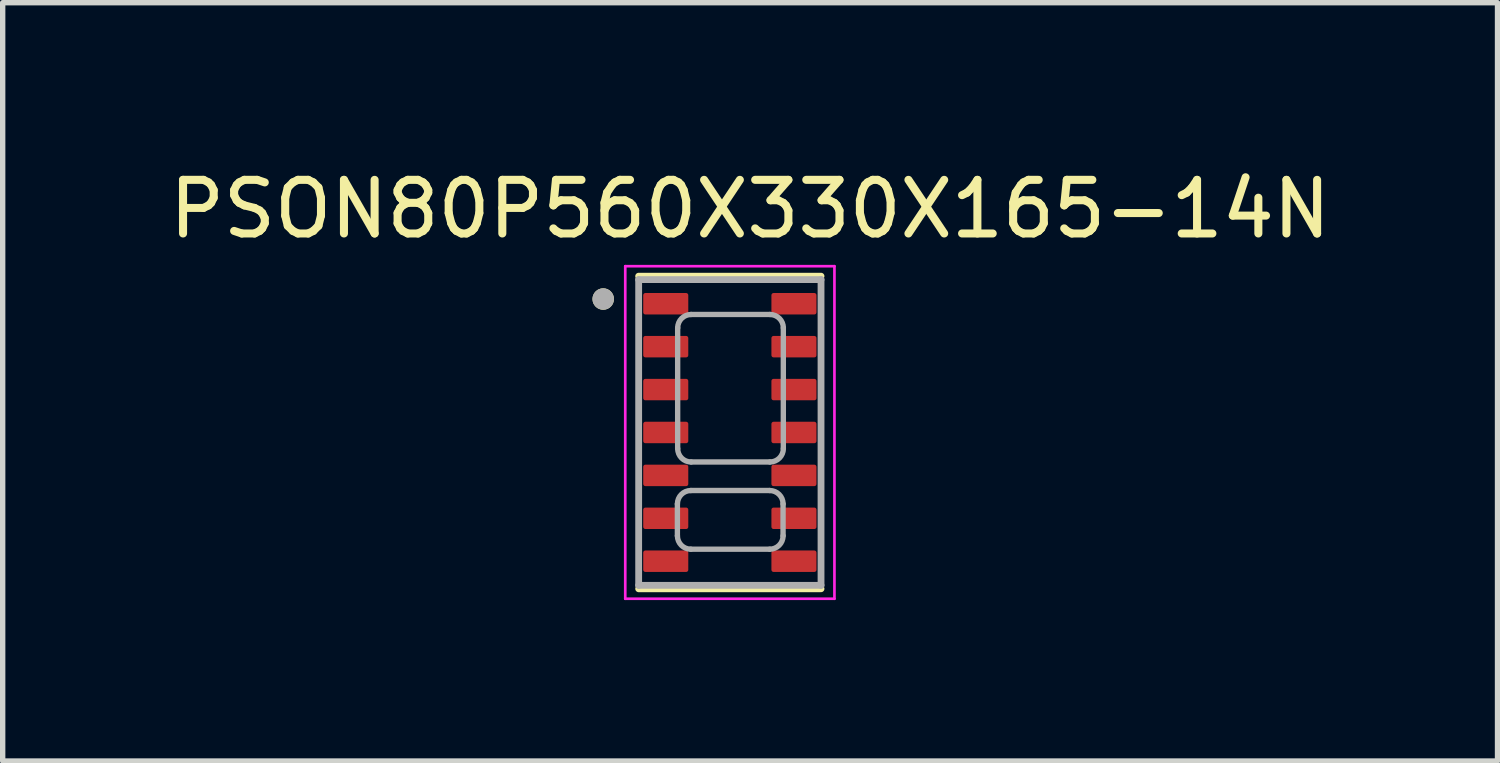
<source format=kicad_pcb>
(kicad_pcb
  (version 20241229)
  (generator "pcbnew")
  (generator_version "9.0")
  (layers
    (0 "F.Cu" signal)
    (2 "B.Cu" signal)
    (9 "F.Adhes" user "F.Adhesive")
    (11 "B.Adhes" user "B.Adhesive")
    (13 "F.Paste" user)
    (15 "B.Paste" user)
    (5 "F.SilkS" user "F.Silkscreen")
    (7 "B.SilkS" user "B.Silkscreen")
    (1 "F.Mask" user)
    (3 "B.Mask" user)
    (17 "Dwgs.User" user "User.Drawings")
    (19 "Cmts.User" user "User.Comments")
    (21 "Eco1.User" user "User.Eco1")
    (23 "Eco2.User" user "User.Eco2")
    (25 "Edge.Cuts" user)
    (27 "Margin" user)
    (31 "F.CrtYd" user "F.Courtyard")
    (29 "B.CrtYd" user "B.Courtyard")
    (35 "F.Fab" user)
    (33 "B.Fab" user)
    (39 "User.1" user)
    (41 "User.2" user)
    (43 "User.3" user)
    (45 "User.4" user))
  (footprint "PSON80P560X330X165-14N"
    (layer "F.Cu")
    (at 10.557 5.013)
    (property "Reference" "PSON80P560X330X165-14N" (at 0.377 -4.165 0) (layer "F.SilkS") (effects (font (size 1 1) (thickness 0.15))))
    (attr smd)
    (fp_line (start -1.7 2.914) (end 1.7 2.914) (stroke (width 0.127) (type solid)) (layer "F.SilkS"))
    (fp_line (start 1.7 -2.914) (end -1.7 -2.914) (stroke (width 0.127) (type solid)) (layer "F.SilkS"))
    (fp_circle (center -2.361 -2.488) (end -2.261 -2.488) (stroke (width 0.2) (type solid)) (fill no) (layer "F.SilkS"))
    (fp_line (start -1.95 -3.1) (end -1.95 3.1) (stroke (width 0.05) (type solid)) (layer "F.CrtYd"))
    (fp_line (start -1.95 3.1) (end 1.95 3.1) (stroke (width 0.05) (type solid)) (layer "F.CrtYd"))
    (fp_line (start 1.95 -3.1) (end -1.95 -3.1) (stroke (width 0.05) (type solid)) (layer "F.CrtYd"))
    (fp_line (start 1.95 3.1) (end 1.95 -3.1) (stroke (width 0.05) (type solid)) (layer "F.CrtYd"))
    (fp_line (start -1.7 -2.85) (end -1.7 2.85) (stroke (width 0.127) (type solid)) (layer "F.Fab"))
    (fp_line (start -1.7 2.85) (end 1.7 2.85) (stroke (width 0.127) (type solid)) (layer "F.Fab"))
    (fp_line (start -0.978 1.926) (end -0.978 1.332) (stroke (width 0.1) (type solid)) (layer "F.Fab"))
    (fp_line (start -0.973 0.3) (end -0.973 -1.95) (stroke (width 0.1) (type solid)) (layer "F.Fab"))
    (fp_line (start -0.723 -2.2) (end 0.747 -2.2) (stroke (width 0.1) (type solid)) (layer "F.Fab"))
    (fp_line (start 0.742 1.082) (end -0.728 1.082) (stroke (width 0.1) (type solid)) (layer "F.Fab"))
    (fp_line (start 0.742 2.176) (end -0.728 2.176) (stroke (width 0.1) (type solid)) (layer "F.Fab"))
    (fp_line (start 0.747 0.55) (end -0.723 0.55) (stroke (width 0.1) (type solid)) (layer "F.Fab"))
    (fp_line (start 0.992 1.926) (end 0.992 1.332) (stroke (width 0.1) (type solid)) (layer "F.Fab"))
    (fp_line (start 0.997 -1.95) (end 0.997 0.3) (stroke (width 0.1) (type solid)) (layer "F.Fab"))
    (fp_line (start 1.7 -2.85) (end -1.7 -2.85) (stroke (width 0.127) (type solid)) (layer "F.Fab"))
    (fp_line (start 1.7 2.85) (end 1.7 -2.85) (stroke (width 0.127) (type solid)) (layer "F.Fab"))
    (fp_arc (start -0.977541 1.33219) (mid -0.904318 1.155413) (end -0.727541 1.08219) (stroke (width 0.1) (type solid)) (layer "F.Fab"))
    (fp_arc (start -0.972541 -1.94981) (mid -0.899318 -2.126587) (end -0.722541 -2.19981) (stroke (width 0.1) (type solid)) (layer "F.Fab"))
    (fp_arc (start -0.727541 2.17619) (mid -0.904318 2.102967) (end -0.977541 1.92619) (stroke (width 0.1) (type solid)) (layer "F.Fab"))
    (fp_arc (start -0.722541 0.550191) (mid -0.899318 0.476968) (end -0.972541 0.300191) (stroke (width 0.1) (type solid)) (layer "F.Fab"))
    (fp_arc (start 0.742459 1.08219) (mid 0.919236 1.155413) (end 0.992459 1.33219) (stroke (width 0.1) (type solid)) (layer "F.Fab"))
    (fp_arc (start 0.747459 -2.19981) (mid 0.924236 -2.126587) (end 0.997459 -1.94981) (stroke (width 0.1) (type solid)) (layer "F.Fab"))
    (fp_arc (start 0.992459 1.92619) (mid 0.919236 2.102967) (end 0.742459 2.17619) (stroke (width 0.1) (type solid)) (layer "F.Fab"))
    (fp_arc (start 0.997459 0.300191) (mid 0.924236 0.476968) (end 0.747459 0.550191) (stroke (width 0.1) (type solid)) (layer "F.Fab"))
    (fp_circle (center -2.361 -2.488) (end -2.261 -2.488) (stroke (width 0.2) (type solid)) (fill no) (layer "F.Fab"))
    (pad "1" smd roundrect (at -1.195 -2.4) (size 0.84 0.4) (layers "F.Cu" "F.Mask" "F.Paste") (roundrect_rratio 0.1))
    (pad "2" smd roundrect (at -1.195 -1.6) (size 0.84 0.4) (layers "F.Cu" "F.Mask" "F.Paste") (roundrect_rratio 0.1))
    (pad "3" smd roundrect (at -1.195 -0.8) (size 0.84 0.4) (layers "F.Cu" "F.Mask" "F.Paste") (roundrect_rratio 0.1))
    (pad "4" smd roundrect (at -1.195 0) (size 0.84 0.4) (layers "F.Cu" "F.Mask" "F.Paste") (roundrect_rratio 0.1))
    (pad "5" smd roundrect (at -1.195 0.8) (size 0.84 0.4) (layers "F.Cu" "F.Mask" "F.Paste") (roundrect_rratio 0.1))
    (pad "6" smd roundrect (at -1.195 1.6) (size 0.84 0.4) (layers "F.Cu" "F.Mask" "F.Paste") (roundrect_rratio 0.1))
    (pad "7" smd roundrect (at -1.195 2.4) (size 0.84 0.4) (layers "F.Cu" "F.Mask" "F.Paste") (roundrect_rratio 0.1))
    (pad "8" smd roundrect (at 1.195 2.4 180) (size 0.84 0.4) (layers "F.Cu" "F.Mask" "F.Paste") (roundrect_rratio 0.1))
    (pad "9" smd roundrect (at 1.195 1.6 180) (size 0.84 0.4) (layers "F.Cu" "F.Mask" "F.Paste") (roundrect_rratio 0.1))
    (pad "10" smd roundrect (at 1.195 0.8 180) (size 0.84 0.4) (layers "F.Cu" "F.Mask" "F.Paste") (roundrect_rratio 0.1))
    (pad "11" smd roundrect (at 1.195 0 180) (size 0.84 0.4) (layers "F.Cu" "F.Mask" "F.Paste") (roundrect_rratio 0.1))
    (pad "12" smd roundrect (at 1.195 -0.8 180) (size 0.84 0.4) (layers "F.Cu" "F.Mask" "F.Paste") (roundrect_rratio 0.1))
    (pad "13" smd roundrect (at 1.195 -1.6 180) (size 0.84 0.4) (layers "F.Cu" "F.Mask" "F.Paste") (roundrect_rratio 0.1))
    (pad "14" smd roundrect (at 1.195 -2.4 180) (size 0.84 0.4) (layers "F.Cu" "F.Mask" "F.Paste") (roundrect_rratio 0.1)))
  (gr_rect
    (start -3 -3)
    (end 24.869 11.138)
    (stroke (width 0.1) (type default))
    (fill no)
    (layer "Edge.Cuts")))
</source>
